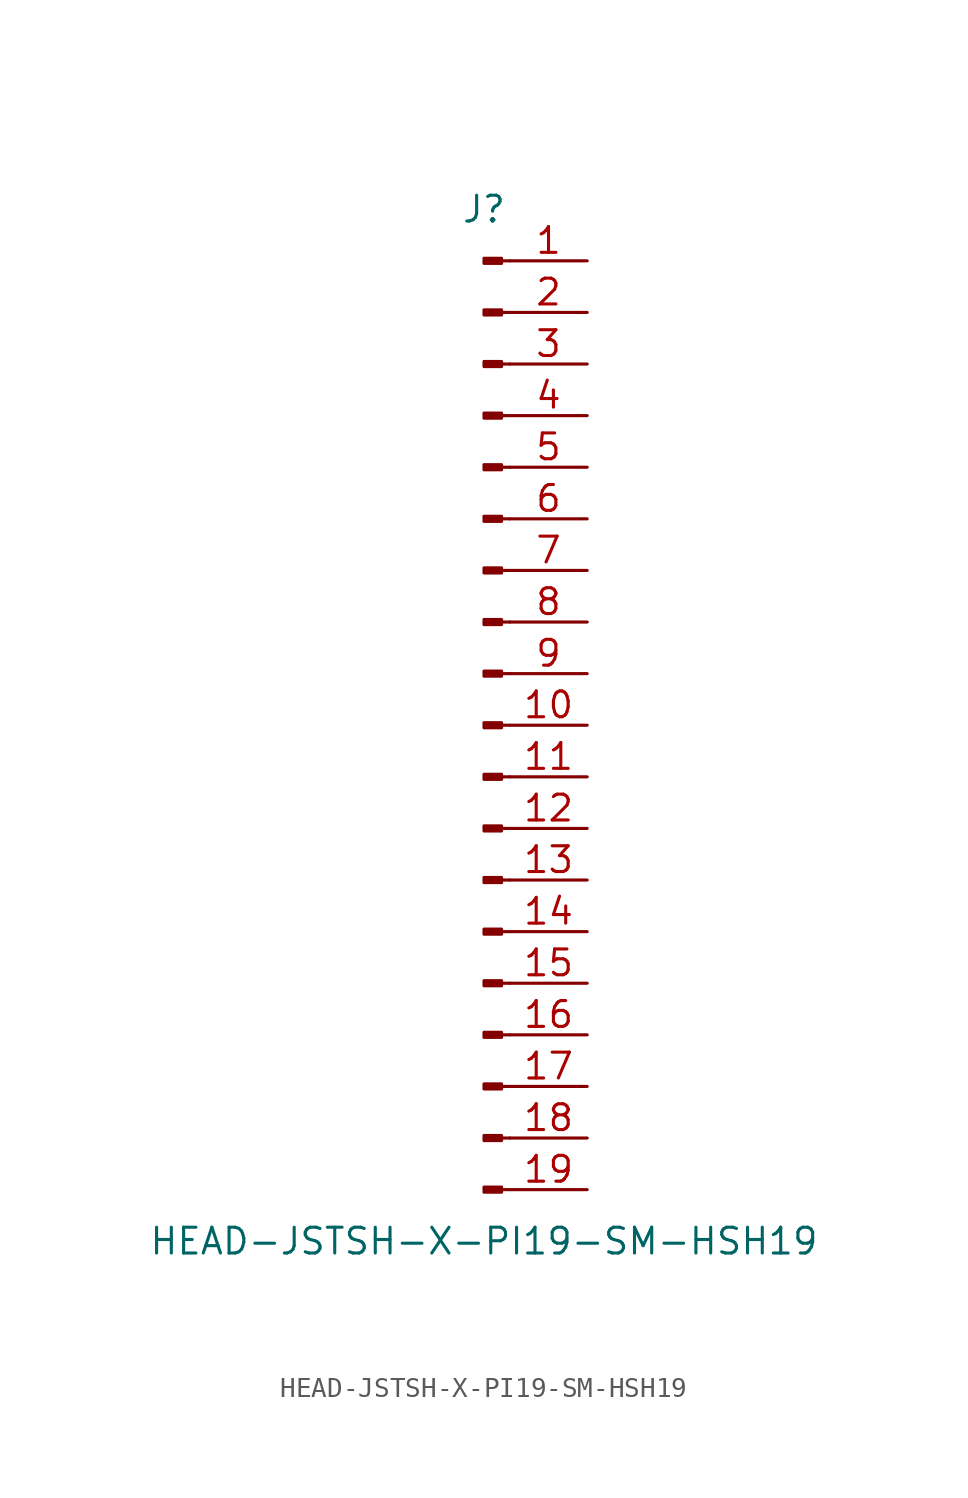
<source format=kicad_sym>
(kicad_symbol_lib
  (version 20211014)
  (generator kicad_symbol_editor)
  (symbol "HEAD-JSTSH-X-PI19-SM-HSH19"
    (pin_names
      (offset 1.016) hide)
    (property "Reference" "J"
      (at 0 25.4 0)
      (effects (font (size 1.27 1.27))))
    (property "Value" "HEAD-JSTSH-X-PI19-SM-HSH19"
      (at 0 -25.4 0)
      (effects (font (size 1.27 1.27))))
    (symbol "HEAD-JSTSH-X-PI19-SM-HSH19_1_1"
      (polyline (pts (xy 1.27 -22.86) (xy 0.864 -22.86)) (stroke (width 0.152) (type default) (color 0 0 0 0)) (fill (type none)))
      (polyline (pts (xy 1.27 -20.32) (xy 0.864 -20.32)) (stroke (width 0.152) (type default) (color 0 0 0 0)) (fill (type none)))
      (polyline (pts (xy 1.27 -17.78) (xy 0.864 -17.78)) (stroke (width 0.152) (type default) (color 0 0 0 0)) (fill (type none)))
      (polyline (pts (xy 1.27 -15.24) (xy 0.864 -15.24)) (stroke (width 0.152) (type default) (color 0 0 0 0)) (fill (type none)))
      (polyline (pts (xy 1.27 -12.7) (xy 0.864 -12.7)) (stroke (width 0.152) (type default) (color 0 0 0 0)) (fill (type none)))
      (polyline (pts (xy 1.27 -10.16) (xy 0.864 -10.16)) (stroke (width 0.152) (type default) (color 0 0 0 0)) (fill (type none)))
      (polyline (pts (xy 1.27 -7.62) (xy 0.864 -7.62)) (stroke (width 0.152) (type default) (color 0 0 0 0)) (fill (type none)))
      (polyline (pts (xy 1.27 -5.08) (xy 0.864 -5.08)) (stroke (width 0.152) (type default) (color 0 0 0 0)) (fill (type none)))
      (polyline (pts (xy 1.27 -2.54) (xy 0.864 -2.54)) (stroke (width 0.152) (type default) (color 0 0 0 0)) (fill (type none)))
      (polyline (pts (xy 1.27 0) (xy 0.864 0)) (stroke (width 0.152) (type default) (color 0 0 0 0)) (fill (type none)))
      (polyline (pts (xy 1.27 2.54) (xy 0.864 2.54)) (stroke (width 0.152) (type default) (color 0 0 0 0)) (fill (type none)))
      (polyline (pts (xy 1.27 5.08) (xy 0.864 5.08)) (stroke (width 0.152) (type default) (color 0 0 0 0)) (fill (type none)))
      (polyline (pts (xy 1.27 7.62) (xy 0.864 7.62)) (stroke (width 0.152) (type default) (color 0 0 0 0)) (fill (type none)))
      (polyline (pts (xy 1.27 10.16) (xy 0.864 10.16)) (stroke (width 0.152) (type default) (color 0 0 0 0)) (fill (type none)))
      (polyline (pts (xy 1.27 12.7) (xy 0.864 12.7)) (stroke (width 0.152) (type default) (color 0 0 0 0)) (fill (type none)))
      (polyline (pts (xy 1.27 15.24) (xy 0.864 15.24)) (stroke (width 0.152) (type default) (color 0 0 0 0)) (fill (type none)))
      (polyline (pts (xy 1.27 17.78) (xy 0.864 17.78)) (stroke (width 0.152) (type default) (color 0 0 0 0)) (fill (type none)))
      (polyline (pts (xy 1.27 20.32) (xy 0.864 20.32)) (stroke (width 0.152) (type default) (color 0 0 0 0)) (fill (type none)))
      (polyline (pts (xy 1.27 22.86) (xy 0.864 22.86)) (stroke (width 0.152) (type default) (color 0 0 0 0)) (fill (type none)))
      (rectangle (start 0.864 -22.733) (end 0 -22.987) (stroke (width 0.152) (type default) (color 0 0 0 0)) (fill (type outline)))
      (rectangle (start 0.864 -20.193) (end 0 -20.447) (stroke (width 0.152) (type default) (color 0 0 0 0)) (fill (type outline)))
      (rectangle (start 0.864 -17.653) (end 0 -17.907) (stroke (width 0.152) (type default) (color 0 0 0 0)) (fill (type outline)))
      (rectangle (start 0.864 -15.113) (end 0 -15.367) (stroke (width 0.152) (type default) (color 0 0 0 0)) (fill (type outline)))
      (rectangle (start 0.864 -12.573) (end 0 -12.827) (stroke (width 0.152) (type default) (color 0 0 0 0)) (fill (type outline)))
      (rectangle (start 0.864 -10.033) (end 0 -10.287) (stroke (width 0.152) (type default) (color 0 0 0 0)) (fill (type outline)))
      (rectangle (start 0.864 -7.493) (end 0 -7.747) (stroke (width 0.152) (type default) (color 0 0 0 0)) (fill (type outline)))
      (rectangle (start 0.864 -4.953) (end 0 -5.207) (stroke (width 0.152) (type default) (color 0 0 0 0)) (fill (type outline)))
      (rectangle (start 0.864 -2.413) (end 0 -2.667) (stroke (width 0.152) (type default) (color 0 0 0 0)) (fill (type outline)))
      (rectangle (start 0.864 0.127) (end 0 -0.127) (stroke (width 0.152) (type default) (color 0 0 0 0)) (fill (type outline)))
      (rectangle (start 0.864 2.667) (end 0 2.413) (stroke (width 0.152) (type default) (color 0 0 0 0)) (fill (type outline)))
      (rectangle (start 0.864 5.207) (end 0 4.953) (stroke (width 0.152) (type default) (color 0 0 0 0)) (fill (type outline)))
      (rectangle (start 0.864 7.747) (end 0 7.493) (stroke (width 0.152) (type default) (color 0 0 0 0)) (fill (type outline)))
      (rectangle (start 0.864 10.287) (end 0 10.033) (stroke (width 0.152) (type default) (color 0 0 0 0)) (fill (type outline)))
      (rectangle (start 0.864 12.827) (end 0 12.573) (stroke (width 0.152) (type default) (color 0 0 0 0)) (fill (type outline)))
      (rectangle (start 0.864 15.367) (end 0 15.113) (stroke (width 0.152) (type default) (color 0 0 0 0)) (fill (type outline)))
      (rectangle (start 0.864 17.907) (end 0 17.653) (stroke (width 0.152) (type default) (color 0 0 0 0)) (fill (type outline)))
      (rectangle (start 0.864 20.447) (end 0 20.193) (stroke (width 0.152) (type default) (color 0 0 0 0)) (fill (type outline)))
      (rectangle (start 0.864 22.987) (end 0 22.733) (stroke (width 0.152) (type default) (color 0 0 0 0)) (fill (type outline)))
      (pin passive line (at 5.08 22.86 180) (length 3.81) (name "Pin_1" (effects (font (size 1.27 1.27)))) (number "1" (effects (font (size 1.27 1.27)))))
      (pin passive line (at 5.08 0 180) (length 3.81) (name "Pin_10" (effects (font (size 1.27 1.27)))) (number "10" (effects (font (size 1.27 1.27)))))
      (pin passive line (at 5.08 -2.54 180) (length 3.81) (name "Pin_11" (effects (font (size 1.27 1.27)))) (number "11" (effects (font (size 1.27 1.27)))))
      (pin passive line (at 5.08 -5.08 180) (length 3.81) (name "Pin_12" (effects (font (size 1.27 1.27)))) (number "12" (effects (font (size 1.27 1.27)))))
      (pin passive line (at 5.08 -7.62 180) (length 3.81) (name "Pin_13" (effects (font (size 1.27 1.27)))) (number "13" (effects (font (size 1.27 1.27)))))
      (pin passive line (at 5.08 -10.16 180) (length 3.81) (name "Pin_14" (effects (font (size 1.27 1.27)))) (number "14" (effects (font (size 1.27 1.27)))))
      (pin passive line (at 5.08 -12.7 180) (length 3.81) (name "Pin_15" (effects (font (size 1.27 1.27)))) (number "15" (effects (font (size 1.27 1.27)))))
      (pin passive line (at 5.08 -15.24 180) (length 3.81) (name "Pin_16" (effects (font (size 1.27 1.27)))) (number "16" (effects (font (size 1.27 1.27)))))
      (pin passive line (at 5.08 -17.78 180) (length 3.81) (name "Pin_17" (effects (font (size 1.27 1.27)))) (number "17" (effects (font (size 1.27 1.27)))))
      (pin passive line (at 5.08 -20.32 180) (length 3.81) (name "Pin_18" (effects (font (size 1.27 1.27)))) (number "18" (effects (font (size 1.27 1.27)))))
      (pin passive line (at 5.08 -22.86 180) (length 3.81) (name "Pin_19" (effects (font (size 1.27 1.27)))) (number "19" (effects (font (size 1.27 1.27)))))
      (pin passive line (at 5.08 20.32 180) (length 3.81) (name "Pin_2" (effects (font (size 1.27 1.27)))) (number "2" (effects (font (size 1.27 1.27)))))
      (pin passive line (at 5.08 17.78 180) (length 3.81) (name "Pin_3" (effects (font (size 1.27 1.27)))) (number "3" (effects (font (size 1.27 1.27)))))
      (pin passive line (at 5.08 15.24 180) (length 3.81) (name "Pin_4" (effects (font (size 1.27 1.27)))) (number "4" (effects (font (size 1.27 1.27)))))
      (pin passive line (at 5.08 12.7 180) (length 3.81) (name "Pin_5" (effects (font (size 1.27 1.27)))) (number "5" (effects (font (size 1.27 1.27)))))
      (pin passive line (at 5.08 10.16 180) (length 3.81) (name "Pin_6" (effects (font (size 1.27 1.27)))) (number "6" (effects (font (size 1.27 1.27)))))
      (pin passive line (at 5.08 7.62 180) (length 3.81) (name "Pin_7" (effects (font (size 1.27 1.27)))) (number "7" (effects (font (size 1.27 1.27)))))
      (pin passive line (at 5.08 5.08 180) (length 3.81) (name "Pin_8" (effects (font (size 1.27 1.27)))) (number "8" (effects (font (size 1.27 1.27)))))
      (pin passive line (at 5.08 2.54 180) (length 3.81) (name "Pin_9" (effects (font (size 1.27 1.27)))) (number "9" (effects (font (size 1.27 1.27))))))))
</source>
